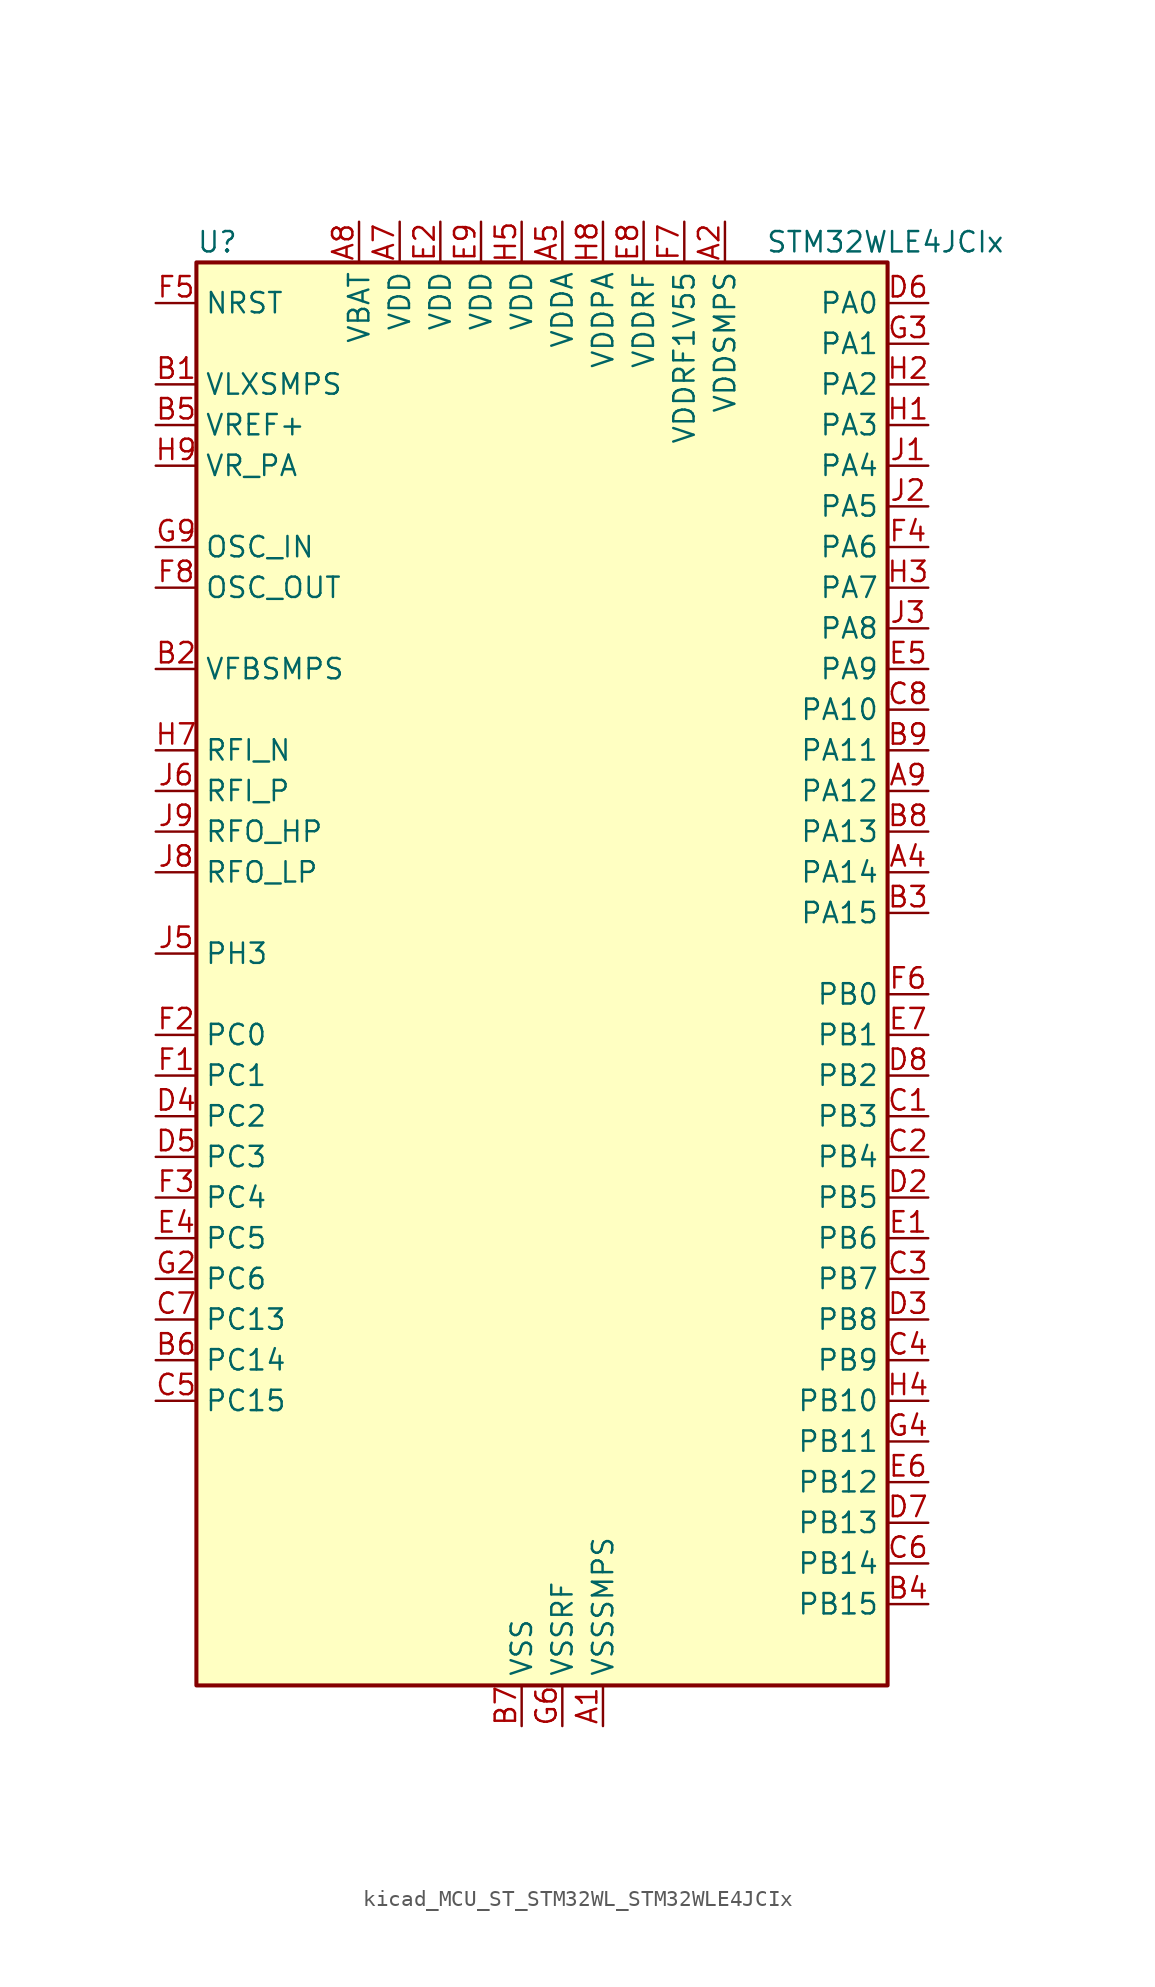
<source format=kicad_sym>
(kicad_symbol_lib
  (version 20220914)
  (generator kicad_symbol_editor)
  (symbol "kicad_MCU_ST_STM32WL_STM32WLE4JCIx"
    (property "Reference" "U"
      (at -20.32 46.99 0)
      (effects (font (size 1.27 1.27)) (justify left)))
    (property "Value" "STM32WLE4JCIx"
      (at 15.24 46.99 0)
      (effects (font (size 1.27 1.27)) (justify left)))
    (property "ki_locked" ""
      (at 0 0 0)
      (effects (font (size 1.27 1.27))))
    (symbol "kicad_MCU_ST_STM32WL_STM32WLE4JCIx_0_1"
      (rectangle (start -20.32 -43.18) (end 22.86 45.72) (stroke (width 0.254) (type default)) (fill (type background))))
    (symbol "kicad_MCU_ST_STM32WL_STM32WLE4JCIx_1_1"
      (pin power_in line (at 5.08 -45.72 90) (length 2.54) (name "VSSSMPS" (effects (font (size 1.27 1.27)))) (number "A1" (effects (font (size 1.27 1.27)))))
      (pin power_in line (at 12.7 48.26 270) (length 2.54) (name "VDDSMPS" (effects (font (size 1.27 1.27)))) (number "A2" (effects (font (size 1.27 1.27)))))
      (pin bidirectional line (at 25.4 7.62 180) (length 2.54) (name "PA14" (effects (font (size 1.27 1.27)))) (number "A4" (effects (font (size 1.27 1.27)))) (alternate "ADC_IN10" bidirectional line) (alternate "DEBUG_JTCK-SWCLK" bidirectional line) (alternate "I2C1_SMBA" bidirectional line) (alternate "LPTIM1_OUT" bidirectional line))
      (pin power_in line (at 2.54 48.26 270) (length 2.54) (name "VDDA" (effects (font (size 1.27 1.27)))) (number "A5" (effects (font (size 1.27 1.27)))))
      (pin power_in line (at -7.62 48.26 270) (length 2.54) (name "VDD" (effects (font (size 1.27 1.27)))) (number "A7" (effects (font (size 1.27 1.27)))))
      (pin power_in line (at -10.16 48.26 270) (length 2.54) (name "VBAT" (effects (font (size 1.27 1.27)))) (number "A8" (effects (font (size 1.27 1.27)))))
      (pin bidirectional line (at 25.4 12.7 180) (length 2.54) (name "PA12" (effects (font (size 1.27 1.27)))) (number "A9" (effects (font (size 1.27 1.27)))) (alternate "ADC_IN8" bidirectional line) (alternate "DEBUG_RF-BUSY" bidirectional line) (alternate "I2C2_SCL" bidirectional line) (alternate "LPTIM3_IN1" bidirectional line) (alternate "SPI1_MOSI" bidirectional line) (alternate "TIM1_ETR" bidirectional line) (alternate "USART1_DE" bidirectional line) (alternate "USART1_RTS" bidirectional line))
      (pin power_in line (at -22.86 38.1 0) (length 2.54) (name "VLXSMPS" (effects (font (size 1.27 1.27)))) (number "B1" (effects (font (size 1.27 1.27)))))
      (pin input line (at -22.86 20.32 0) (length 2.54) (name "VFBSMPS" (effects (font (size 1.27 1.27)))) (number "B2" (effects (font (size 1.27 1.27)))))
      (pin bidirectional line (at 25.4 5.08 180) (length 2.54) (name "PA15" (effects (font (size 1.27 1.27)))) (number "B3" (effects (font (size 1.27 1.27)))) (alternate "ADC_IN11" bidirectional line) (alternate "COMP1_INM" bidirectional line) (alternate "COMP2_INP" bidirectional line) (alternate "DEBUG_JTDI" bidirectional line) (alternate "I2C2_SDA" bidirectional line) (alternate "SPI1_NSS" bidirectional line) (alternate "TIM2_CH1" bidirectional line) (alternate "TIM2_ETR" bidirectional line))
      (pin bidirectional line (at 25.4 -38.1 180) (length 2.54) (name "PB15" (effects (font (size 1.27 1.27)))) (number "B4" (effects (font (size 1.27 1.27)))) (alternate "I2C2_SCL" bidirectional line) (alternate "I2S2_SD" bidirectional line) (alternate "SPI2_MOSI" bidirectional line) (alternate "TIM1_CH3N" bidirectional line))
      (pin input line (at -22.86 35.56 0) (length 2.54) (name "VREF+" (effects (font (size 1.27 1.27)))) (number "B5" (effects (font (size 1.27 1.27)))) (alternate "VREFBUF_OUT" bidirectional line))
      (pin bidirectional line (at -22.86 -22.86 0) (length 2.54) (name "PC14" (effects (font (size 1.27 1.27)))) (number "B6" (effects (font (size 1.27 1.27)))) (alternate "RCC_OSC32_IN" bidirectional line))
      (pin power_in line (at 0 -45.72 90) (length 2.54) (name "VSS" (effects (font (size 1.27 1.27)))) (number "B7" (effects (font (size 1.27 1.27)))))
      (pin bidirectional line (at 25.4 10.16 180) (length 2.54) (name "PA13" (effects (font (size 1.27 1.27)))) (number "B8" (effects (font (size 1.27 1.27)))) (alternate "ADC_IN9" bidirectional line) (alternate "DEBUG_JTMS-SWDIO" bidirectional line) (alternate "I2C2_SMBA" bidirectional line) (alternate "IR_OUT" bidirectional line))
      (pin bidirectional line (at 25.4 15.24 180) (length 2.54) (name "PA11" (effects (font (size 1.27 1.27)))) (number "B9" (effects (font (size 1.27 1.27)))) (alternate "ADC_EXTI11" bidirectional line) (alternate "ADC_IN7" bidirectional line) (alternate "COMP1_INM" bidirectional line) (alternate "COMP2_INM" bidirectional line) (alternate "DEBUG_RF-NRESET" bidirectional line) (alternate "I2C2_SDA" bidirectional line) (alternate "LPTIM3_ETR" bidirectional line) (alternate "SPI1_MISO" bidirectional line) (alternate "TIM1_BKIN2" bidirectional line) (alternate "TIM1_CH4" bidirectional line) (alternate "USART1_CTS" bidirectional line) (alternate "USART1_NSS" bidirectional line))
      (pin bidirectional line (at 25.4 -7.62 180) (length 2.54) (name "PB3" (effects (font (size 1.27 1.27)))) (number "C1" (effects (font (size 1.27 1.27)))) (alternate "ADC_IN2" bidirectional line) (alternate "COMP1_INM" bidirectional line) (alternate "COMP2_INM" bidirectional line) (alternate "DEBUG_JTDO-SWO" bidirectional line) (alternate "DEBUG_RF-DTB1" bidirectional line) (alternate "PWR_WKUP3" bidirectional line) (alternate "RTC_TAMP_IN3" bidirectional line) (alternate "SPI1_SCK" bidirectional line) (alternate "TIM2_CH2" bidirectional line) (alternate "USART1_DE" bidirectional line) (alternate "USART1_RTS" bidirectional line))
      (pin bidirectional line (at 25.4 -10.16 180) (length 2.54) (name "PB4" (effects (font (size 1.27 1.27)))) (number "C2" (effects (font (size 1.27 1.27)))) (alternate "ADC_IN3" bidirectional line) (alternate "COMP1_INP" bidirectional line) (alternate "COMP2_INP" bidirectional line) (alternate "DEBUG_JTRST" bidirectional line) (alternate "DEBUG_RF-LDORDY" bidirectional line) (alternate "I2C3_SDA" bidirectional line) (alternate "SPI1_MISO" bidirectional line) (alternate "TIM17_BKIN" bidirectional line) (alternate "USART1_CTS" bidirectional line) (alternate "USART1_NSS" bidirectional line))
      (pin bidirectional line (at 25.4 -17.78 180) (length 2.54) (name "PB7" (effects (font (size 1.27 1.27)))) (number "C3" (effects (font (size 1.27 1.27)))) (alternate "I2C1_SDA" bidirectional line) (alternate "LPTIM1_IN2" bidirectional line) (alternate "PWR_PVD_IN" bidirectional line) (alternate "TIM17_CH1N" bidirectional line) (alternate "TIM1_BKIN" bidirectional line) (alternate "USART1_RX" bidirectional line))
      (pin bidirectional line (at 25.4 -22.86 180) (length 2.54) (name "PB9" (effects (font (size 1.27 1.27)))) (number "C4" (effects (font (size 1.27 1.27)))) (alternate "DAC_EXTI9" bidirectional line) (alternate "I2C1_SDA" bidirectional line) (alternate "I2S2_WS" bidirectional line) (alternate "IR_OUT" bidirectional line) (alternate "SPI2_NSS" bidirectional line) (alternate "TIM17_CH1" bidirectional line) (alternate "TIM1_CH3N" bidirectional line))
      (pin bidirectional line (at -22.86 -25.4 0) (length 2.54) (name "PC15" (effects (font (size 1.27 1.27)))) (number "C5" (effects (font (size 1.27 1.27)))) (alternate "RCC_OSC32_OUT" bidirectional line))
      (pin bidirectional line (at 25.4 -35.56 180) (length 2.54) (name "PB14" (effects (font (size 1.27 1.27)))) (number "C6" (effects (font (size 1.27 1.27)))) (alternate "ADC_IN1" bidirectional line) (alternate "I2C3_SDA" bidirectional line) (alternate "I2S2_MCK" bidirectional line) (alternate "SPI2_MISO" bidirectional line) (alternate "TIM1_CH2N" bidirectional line))
      (pin bidirectional line (at -22.86 -20.32 0) (length 2.54) (name "PC13" (effects (font (size 1.27 1.27)))) (number "C7" (effects (font (size 1.27 1.27)))) (alternate "PWR_WKUP2" bidirectional line) (alternate "RTC_OUT1" bidirectional line) (alternate "RTC_TAMP_IN1" bidirectional line) (alternate "RTC_TS" bidirectional line))
      (pin bidirectional line (at 25.4 17.78 180) (length 2.54) (name "PA10" (effects (font (size 1.27 1.27)))) (number "C8" (effects (font (size 1.27 1.27)))) (alternate "ADC_IN6" bidirectional line) (alternate "COMP1_INM" bidirectional line) (alternate "COMP2_INM" bidirectional line) (alternate "DAC_OUT1" bidirectional line) (alternate "DEBUG_RF-HSE32RDY" bidirectional line) (alternate "I2C1_SDA" bidirectional line) (alternate "I2S2_SD" bidirectional line) (alternate "RTC_REFIN" bidirectional line) (alternate "SPI2_MOSI" bidirectional line) (alternate "TIM17_BKIN" bidirectional line) (alternate "TIM1_CH3" bidirectional line) (alternate "USART1_RX" bidirectional line))
      (pin bidirectional line (at 25.4 -12.7 180) (length 2.54) (name "PB5" (effects (font (size 1.27 1.27)))) (number "D2" (effects (font (size 1.27 1.27)))) (alternate "COMP2_OUT" bidirectional line) (alternate "I2C1_SMBA" bidirectional line) (alternate "LPTIM1_IN1" bidirectional line) (alternate "SPI1_MOSI" bidirectional line) (alternate "TIM16_BKIN" bidirectional line) (alternate "USART1_CK" bidirectional line))
      (pin bidirectional line (at 25.4 -20.32 180) (length 2.54) (name "PB8" (effects (font (size 1.27 1.27)))) (number "D3" (effects (font (size 1.27 1.27)))) (alternate "I2C1_SCL" bidirectional line) (alternate "TIM16_CH1" bidirectional line) (alternate "TIM1_CH2N" bidirectional line))
      (pin bidirectional line (at -22.86 -7.62 0) (length 2.54) (name "PC2" (effects (font (size 1.27 1.27)))) (number "D4" (effects (font (size 1.27 1.27)))) (alternate "LPTIM1_IN2" bidirectional line) (alternate "SPI2_MISO" bidirectional line))
      (pin bidirectional line (at -22.86 -10.16 0) (length 2.54) (name "PC3" (effects (font (size 1.27 1.27)))) (number "D5" (effects (font (size 1.27 1.27)))) (alternate "I2S2_SD" bidirectional line) (alternate "LPTIM1_ETR" bidirectional line) (alternate "LPTIM2_ETR" bidirectional line) (alternate "SPI2_MOSI" bidirectional line))
      (pin bidirectional line (at 25.4 43.18 180) (length 2.54) (name "PA0" (effects (font (size 1.27 1.27)))) (number "D6" (effects (font (size 1.27 1.27)))) (alternate "COMP1_OUT" bidirectional line) (alternate "DEBUG_PWR-REGLP1S" bidirectional line) (alternate "I2C3_SMBA" bidirectional line) (alternate "I2S_CKIN" bidirectional line) (alternate "PWR_WKUP1" bidirectional line) (alternate "RTC_TAMP_IN2" bidirectional line) (alternate "TIM2_CH1" bidirectional line) (alternate "TIM2_ETR" bidirectional line) (alternate "USART2_CTS" bidirectional line) (alternate "USART2_NSS" bidirectional line))
      (pin bidirectional line (at 25.4 -33.02 180) (length 2.54) (name "PB13" (effects (font (size 1.27 1.27)))) (number "D7" (effects (font (size 1.27 1.27)))) (alternate "ADC_IN0" bidirectional line) (alternate "I2C3_SCL" bidirectional line) (alternate "I2S2_CK" bidirectional line) (alternate "LPUART1_CTS" bidirectional line) (alternate "SPI2_SCK" bidirectional line) (alternate "TIM1_CH1N" bidirectional line))
      (pin bidirectional line (at 25.4 -5.08 180) (length 2.54) (name "PB2" (effects (font (size 1.27 1.27)))) (number "D8" (effects (font (size 1.27 1.27)))) (alternate "ADC_IN4" bidirectional line) (alternate "COMP1_INP" bidirectional line) (alternate "COMP2_INM" bidirectional line) (alternate "DEBUG_RF-SMPSRDY" bidirectional line) (alternate "I2C3_SMBA" bidirectional line) (alternate "LPTIM1_OUT" bidirectional line) (alternate "SPI1_NSS" bidirectional line))
      (pin passive line (at 0 -45.72 90) (length 2.54) hide (name "VSS" (effects (font (size 1.27 1.27)))) (number "D9" (effects (font (size 1.27 1.27)))))
      (pin bidirectional line (at 25.4 -15.24 180) (length 2.54) (name "PB6" (effects (font (size 1.27 1.27)))) (number "E1" (effects (font (size 1.27 1.27)))) (alternate "I2C1_SCL" bidirectional line) (alternate "LPTIM1_ETR" bidirectional line) (alternate "TIM16_CH1N" bidirectional line) (alternate "USART1_TX" bidirectional line))
      (pin power_in line (at -5.08 48.26 270) (length 2.54) (name "VDD" (effects (font (size 1.27 1.27)))) (number "E2" (effects (font (size 1.27 1.27)))))
      (pin passive line (at 0 -45.72 90) (length 2.54) hide (name "VSS" (effects (font (size 1.27 1.27)))) (number "E3" (effects (font (size 1.27 1.27)))))
      (pin bidirectional line (at -22.86 -15.24 0) (length 2.54) (name "PC5" (effects (font (size 1.27 1.27)))) (number "E4" (effects (font (size 1.27 1.27)))))
      (pin bidirectional line (at 25.4 20.32 180) (length 2.54) (name "PA9" (effects (font (size 1.27 1.27)))) (number "E5" (effects (font (size 1.27 1.27)))) (alternate "DAC_EXTI9" bidirectional line) (alternate "I2C1_SCL" bidirectional line) (alternate "I2S2_CK" bidirectional line) (alternate "I2S2_WS" bidirectional line) (alternate "SPI2_NSS" bidirectional line) (alternate "SPI2_SCK" bidirectional line) (alternate "TIM1_CH2" bidirectional line) (alternate "USART1_TX" bidirectional line))
      (pin bidirectional line (at 25.4 -30.48 180) (length 2.54) (name "PB12" (effects (font (size 1.27 1.27)))) (number "E6" (effects (font (size 1.27 1.27)))) (alternate "I2C3_SMBA" bidirectional line) (alternate "I2S2_WS" bidirectional line) (alternate "LPUART1_RTS" bidirectional line) (alternate "SPI2_NSS" bidirectional line) (alternate "TIM1_BKIN" bidirectional line))
      (pin bidirectional line (at 25.4 -2.54 180) (length 2.54) (name "PB1" (effects (font (size 1.27 1.27)))) (number "E7" (effects (font (size 1.27 1.27)))) (alternate "ADC_IN5" bidirectional line) (alternate "COMP2_INP" bidirectional line) (alternate "LPTIM2_IN1" bidirectional line) (alternate "LPUART1_DE" bidirectional line) (alternate "LPUART1_RTS" bidirectional line))
      (pin power_in line (at 7.62 48.26 270) (length 2.54) (name "VDDRF" (effects (font (size 1.27 1.27)))) (number "E8" (effects (font (size 1.27 1.27)))))
      (pin power_in line (at -2.54 48.26 270) (length 2.54) (name "VDD" (effects (font (size 1.27 1.27)))) (number "E9" (effects (font (size 1.27 1.27)))))
      (pin bidirectional line (at -22.86 -5.08 0) (length 2.54) (name "PC1" (effects (font (size 1.27 1.27)))) (number "F1" (effects (font (size 1.27 1.27)))) (alternate "I2C3_SDA" bidirectional line) (alternate "I2S2_SD" bidirectional line) (alternate "LPTIM1_OUT" bidirectional line) (alternate "LPUART1_TX" bidirectional line) (alternate "SPI2_MOSI" bidirectional line))
      (pin bidirectional line (at -22.86 -2.54 0) (length 2.54) (name "PC0" (effects (font (size 1.27 1.27)))) (number "F2" (effects (font (size 1.27 1.27)))) (alternate "I2C3_SCL" bidirectional line) (alternate "LPTIM1_IN1" bidirectional line) (alternate "LPTIM2_IN1" bidirectional line) (alternate "LPUART1_RX" bidirectional line))
      (pin bidirectional line (at -22.86 -12.7 0) (length 2.54) (name "PC4" (effects (font (size 1.27 1.27)))) (number "F3" (effects (font (size 1.27 1.27)))))
      (pin bidirectional line (at 25.4 27.94 180) (length 2.54) (name "PA6" (effects (font (size 1.27 1.27)))) (number "F4" (effects (font (size 1.27 1.27)))) (alternate "DEBUG_SUBGHZSPI-MISOOUT" bidirectional line) (alternate "I2C2_SMBA" bidirectional line) (alternate "LPUART1_CTS" bidirectional line) (alternate "SPI1_MISO" bidirectional line) (alternate "TIM16_CH1" bidirectional line) (alternate "TIM1_BKIN" bidirectional line))
      (pin input line (at -22.86 43.18 0) (length 2.54) (name "NRST" (effects (font (size 1.27 1.27)))) (number "F5" (effects (font (size 1.27 1.27)))))
      (pin bidirectional line (at 25.4 0 180) (length 2.54) (name "PB0" (effects (font (size 1.27 1.27)))) (number "F6" (effects (font (size 1.27 1.27)))) (alternate "COMP1_OUT" bidirectional line) (alternate "VDDTCXO" bidirectional line))
      (pin power_in line (at 10.16 48.26 270) (length 2.54) (name "VDDRF1V55" (effects (font (size 1.27 1.27)))) (number "F7" (effects (font (size 1.27 1.27)))))
      (pin input line (at -22.86 25.4 0) (length 2.54) (name "OSC_OUT" (effects (font (size 1.27 1.27)))) (number "F8" (effects (font (size 1.27 1.27)))) (alternate "RCC_OSC_OUT" bidirectional line))
      (pin bidirectional line (at -22.86 -17.78 0) (length 2.54) (name "PC6" (effects (font (size 1.27 1.27)))) (number "G2" (effects (font (size 1.27 1.27)))) (alternate "I2S2_MCK" bidirectional line))
      (pin bidirectional line (at 25.4 40.64 180) (length 2.54) (name "PA1" (effects (font (size 1.27 1.27)))) (number "G3" (effects (font (size 1.27 1.27)))) (alternate "DEBUG_PWR-REGLP2S" bidirectional line) (alternate "I2C1_SMBA" bidirectional line) (alternate "LPTIM3_OUT" bidirectional line) (alternate "LPUART1_RTS" bidirectional line) (alternate "SPI1_SCK" bidirectional line) (alternate "TIM2_CH2" bidirectional line) (alternate "USART2_DE" bidirectional line) (alternate "USART2_RTS" bidirectional line))
      (pin bidirectional line (at 25.4 -27.94 180) (length 2.54) (name "PB11" (effects (font (size 1.27 1.27)))) (number "G4" (effects (font (size 1.27 1.27)))) (alternate "ADC_EXTI11" bidirectional line) (alternate "COMP2_OUT" bidirectional line) (alternate "I2C3_SDA" bidirectional line) (alternate "LPUART1_TX" bidirectional line) (alternate "TIM2_CH4" bidirectional line))
      (pin passive line (at 0 -45.72 90) (length 2.54) hide (name "VSS" (effects (font (size 1.27 1.27)))) (number "G5" (effects (font (size 1.27 1.27)))))
      (pin power_in line (at 2.54 -45.72 90) (length 2.54) (name "VSSRF" (effects (font (size 1.27 1.27)))) (number "G6" (effects (font (size 1.27 1.27)))))
      (pin passive line (at 2.54 -45.72 90) (length 2.54) hide (name "VSSRF" (effects (font (size 1.27 1.27)))) (number "G7" (effects (font (size 1.27 1.27)))))
      (pin passive line (at 2.54 -45.72 90) (length 2.54) hide (name "VSSRF" (effects (font (size 1.27 1.27)))) (number "G8" (effects (font (size 1.27 1.27)))))
      (pin input line (at -22.86 27.94 0) (length 2.54) (name "OSC_IN" (effects (font (size 1.27 1.27)))) (number "G9" (effects (font (size 1.27 1.27)))) (alternate "RCC_OSC_IN" bidirectional line))
      (pin bidirectional line (at 25.4 35.56 180) (length 2.54) (name "PA3" (effects (font (size 1.27 1.27)))) (number "H1" (effects (font (size 1.27 1.27)))) (alternate "I2S2_MCK" bidirectional line) (alternate "LPUART1_RX" bidirectional line) (alternate "TIM2_CH4" bidirectional line) (alternate "USART2_RX" bidirectional line))
      (pin bidirectional line (at 25.4 38.1 180) (length 2.54) (name "PA2" (effects (font (size 1.27 1.27)))) (number "H2" (effects (font (size 1.27 1.27)))) (alternate "COMP2_OUT" bidirectional line) (alternate "DEBUG_PWR-LDORDY" bidirectional line) (alternate "LPUART1_TX" bidirectional line) (alternate "RCC_LSCO" bidirectional line) (alternate "TIM2_CH3" bidirectional line) (alternate "USART2_TX" bidirectional line))
      (pin bidirectional line (at 25.4 25.4 180) (length 2.54) (name "PA7" (effects (font (size 1.27 1.27)))) (number "H3" (effects (font (size 1.27 1.27)))) (alternate "COMP2_OUT" bidirectional line) (alternate "DEBUG_SUBGHZSPI-MOSIOUT" bidirectional line) (alternate "I2C3_SCL" bidirectional line) (alternate "SPI1_MOSI" bidirectional line) (alternate "TIM17_CH1" bidirectional line) (alternate "TIM1_CH1N" bidirectional line))
      (pin bidirectional line (at 25.4 -25.4 180) (length 2.54) (name "PB10" (effects (font (size 1.27 1.27)))) (number "H4" (effects (font (size 1.27 1.27)))) (alternate "COMP1_OUT" bidirectional line) (alternate "I2C3_SCL" bidirectional line) (alternate "I2S2_CK" bidirectional line) (alternate "LPUART1_RX" bidirectional line) (alternate "SPI2_SCK" bidirectional line) (alternate "TIM2_CH3" bidirectional line))
      (pin power_in line (at 0 48.26 270) (length 2.54) (name "VDD" (effects (font (size 1.27 1.27)))) (number "H5" (effects (font (size 1.27 1.27)))))
      (pin passive line (at 2.54 -45.72 90) (length 2.54) hide (name "VSSRF" (effects (font (size 1.27 1.27)))) (number "H6" (effects (font (size 1.27 1.27)))))
      (pin bidirectional line (at -22.86 15.24 0) (length 2.54) (name "RFI_N" (effects (font (size 1.27 1.27)))) (number "H7" (effects (font (size 1.27 1.27)))))
      (pin power_in line (at 5.08 48.26 270) (length 2.54) (name "VDDPA" (effects (font (size 1.27 1.27)))) (number "H8" (effects (font (size 1.27 1.27)))))
      (pin power_in line (at -22.86 33.02 0) (length 2.54) (name "VR_PA" (effects (font (size 1.27 1.27)))) (number "H9" (effects (font (size 1.27 1.27)))))
      (pin bidirectional line (at 25.4 33.02 180) (length 2.54) (name "PA4" (effects (font (size 1.27 1.27)))) (number "J1" (effects (font (size 1.27 1.27)))) (alternate "DEBUG_SUBGHZSPI-NSSOUT" bidirectional line) (alternate "LPTIM1_OUT" bidirectional line) (alternate "LPTIM2_OUT" bidirectional line) (alternate "RTC_OUT2" bidirectional line) (alternate "SPI1_NSS" bidirectional line) (alternate "USART2_CK" bidirectional line))
      (pin bidirectional line (at 25.4 30.48 180) (length 2.54) (name "PA5" (effects (font (size 1.27 1.27)))) (number "J2" (effects (font (size 1.27 1.27)))) (alternate "DEBUG_SUBGHZSPI-SCKOUT" bidirectional line) (alternate "LPTIM2_ETR" bidirectional line) (alternate "SPI1_SCK" bidirectional line) (alternate "SPI2_MISO" bidirectional line) (alternate "TIM2_CH1" bidirectional line) (alternate "TIM2_ETR" bidirectional line))
      (pin bidirectional line (at 25.4 22.86 180) (length 2.54) (name "PA8" (effects (font (size 1.27 1.27)))) (number "J3" (effects (font (size 1.27 1.27)))) (alternate "I2S2_CK" bidirectional line) (alternate "LPTIM2_OUT" bidirectional line) (alternate "RCC_MCO" bidirectional line) (alternate "SPI2_SCK" bidirectional line) (alternate "TIM1_CH1" bidirectional line) (alternate "USART1_CK" bidirectional line))
      (pin bidirectional line (at -22.86 2.54 0) (length 2.54) (name "PH3" (effects (font (size 1.27 1.27)))) (number "J5" (effects (font (size 1.27 1.27)))))
      (pin bidirectional line (at -22.86 12.7 0) (length 2.54) (name "RFI_P" (effects (font (size 1.27 1.27)))) (number "J6" (effects (font (size 1.27 1.27)))))
      (pin bidirectional line (at -22.86 7.62 0) (length 2.54) (name "RFO_LP" (effects (font (size 1.27 1.27)))) (number "J8" (effects (font (size 1.27 1.27)))))
      (pin bidirectional line (at -22.86 10.16 0) (length 2.54) (name "RFO_HP" (effects (font (size 1.27 1.27)))) (number "J9" (effects (font (size 1.27 1.27))))))))
</source>
